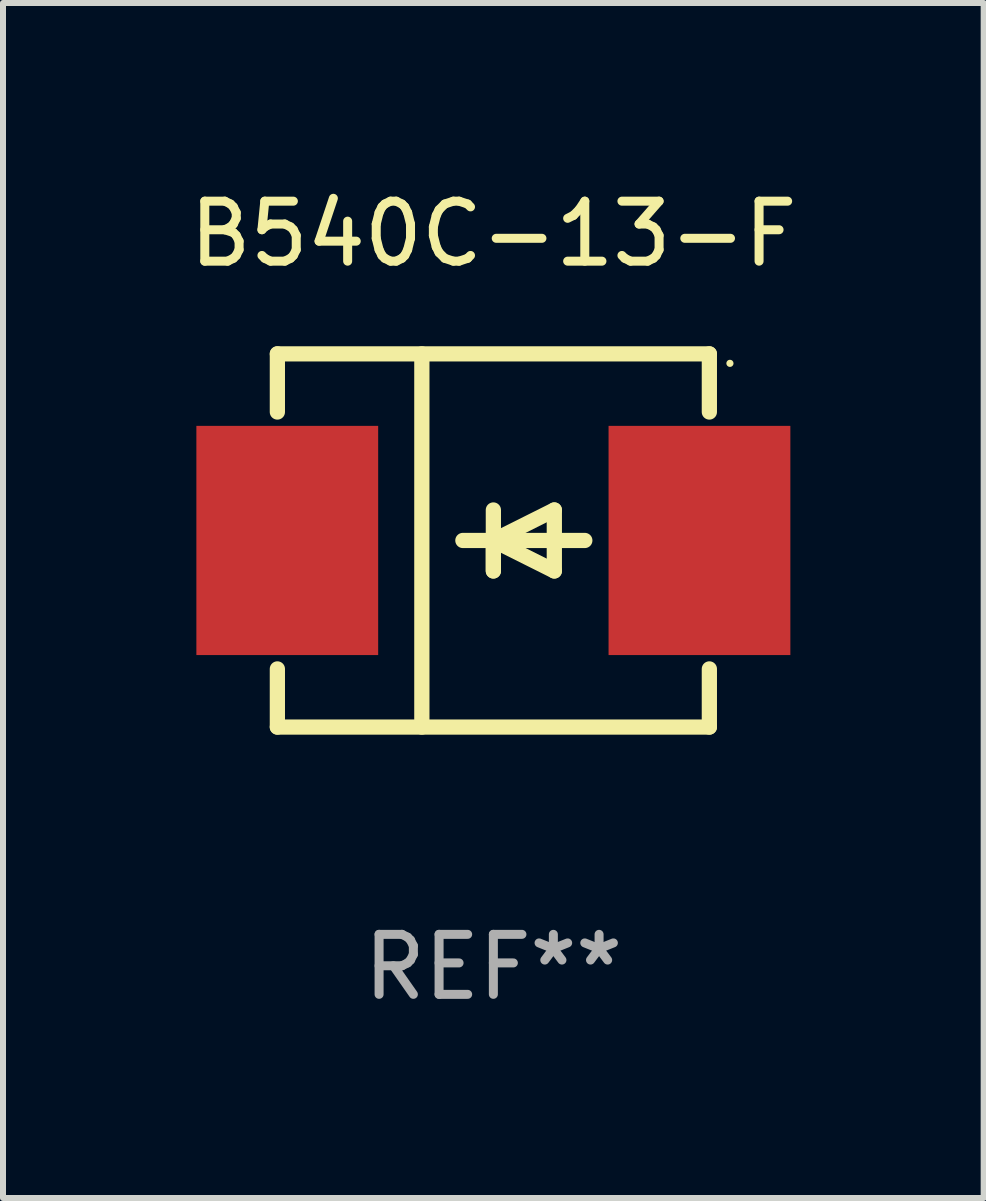
<source format=kicad_pcb>
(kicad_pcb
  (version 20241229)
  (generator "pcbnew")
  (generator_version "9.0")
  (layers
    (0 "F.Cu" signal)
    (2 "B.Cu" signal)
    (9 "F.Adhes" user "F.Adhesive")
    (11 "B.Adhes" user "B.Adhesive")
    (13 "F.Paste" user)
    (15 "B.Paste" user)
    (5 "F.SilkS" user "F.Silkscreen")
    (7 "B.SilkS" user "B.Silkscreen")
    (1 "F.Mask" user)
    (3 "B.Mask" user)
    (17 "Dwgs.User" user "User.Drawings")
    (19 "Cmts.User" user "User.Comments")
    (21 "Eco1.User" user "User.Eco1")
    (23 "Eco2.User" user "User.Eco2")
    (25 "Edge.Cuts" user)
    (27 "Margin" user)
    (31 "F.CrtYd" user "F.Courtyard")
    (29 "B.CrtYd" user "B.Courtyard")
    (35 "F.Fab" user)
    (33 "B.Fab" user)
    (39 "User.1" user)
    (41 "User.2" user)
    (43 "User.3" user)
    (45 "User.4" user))
  (footprint "B540C-13-F"
    (layer "F.Cu")
    (at 5.173 5.958)
    (property "Reference" "B540C-13-F" (at -0.000025 -5.11 0) (layer "F.SilkS") (effects (font (size 1 1) (thickness 0.15))))
    (attr through_hole)
    (fp_line (start -3.6 -3.11) (end -3.6 -2.141) (stroke (width 0.254) (type solid)) (layer "F.SilkS"))
    (fp_line (start -3.6 -3.11) (end 3.6 -3.11) (stroke (width 0.254) (type solid)) (layer "F.SilkS"))
    (fp_line (start -3.6 2.141) (end -3.6 3.11) (stroke (width 0.254) (type solid)) (layer "F.SilkS"))
    (fp_line (start -3.6 3.11) (end 3.6 3.11) (stroke (width 0.254) (type solid)) (layer "F.SilkS"))
    (fp_line (start -1.192 -3.11) (end -1.192 3.11) (stroke (width 0.254) (type solid)) (layer "F.SilkS"))
    (fp_line (start -0.000025 0) (end -0.000025 0.508) (stroke (width 0.254) (type solid)) (layer "F.SilkS"))
    (fp_line (start -0.000025 0) (end 1.016 0.508) (stroke (width 0.254) (type solid)) (layer "F.SilkS"))
    (fp_line (start -0.000025 0.508) (end -0.000025 -0.508) (stroke (width 0.254) (type solid)) (layer "F.SilkS"))
    (fp_line (start 1.016 -0.508) (end -0.000025 0) (stroke (width 0.254) (type solid)) (layer "F.SilkS"))
    (fp_line (start 1.016 0.508) (end 1.016 -0.508) (stroke (width 0.254) (type solid)) (layer "F.SilkS"))
    (fp_line (start 1.524 0) (end -0.508 0) (stroke (width 0.254) (type solid)) (layer "F.SilkS"))
    (fp_line (start 3.6 -3.11) (end 3.6 -2.141) (stroke (width 0.254) (type solid)) (layer "F.SilkS"))
    (fp_line (start 3.6 2.141) (end 3.6 3.11) (stroke (width 0.254) (type solid)) (layer "F.SilkS"))
    (fp_circle (center 3.943 -2.952) (end 3.973 -2.952) (stroke (width 0.06) (type solid)) (fill no) (layer "F.SilkS"))
    (fp_text user "REF**" (at -0.000025 7.11 0) (layer "F.Fab") (effects (font (size 1 1) (thickness 0.15))))
    (pad "1" smd rect (at -3.435 0 180) (size 3.03 3.82) (layers "F.Cu" "F.Mask" "F.Paste"))
    (pad "2" smd rect (at 3.435 0 180) (size 3.03 3.82) (layers "F.Cu" "F.Mask" "F.Paste")))
  (gr_rect
    (start -3 -3)
    (end 13.345 16.917)
    (stroke (width 0.1) (type default))
    (fill no)
    (layer "Edge.Cuts")))
</source>
